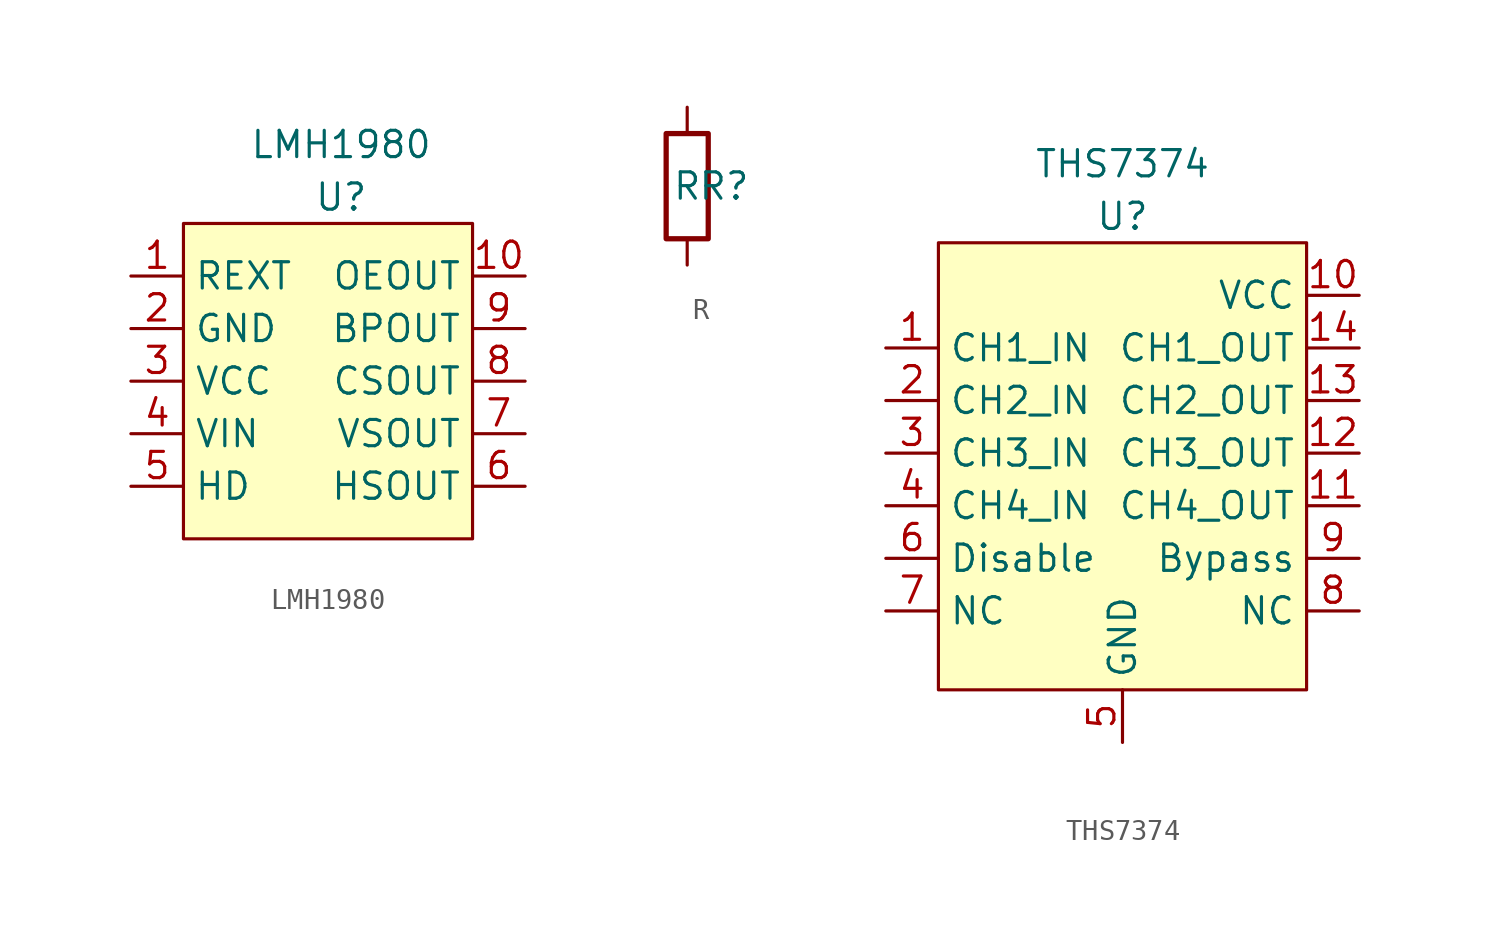
<source format=kicad_sym>
(kicad_symbol_lib
  (version 20211014)
  (generator kicad_symbol_editor)
  (symbol "LMH1980"
    (property "Reference" "U"
      (at 0 8.89 0)
      (effects (font (size 1.27 1.27))))
    (property "Value" "LMH1980"
      (at 0 11.43 0)
      (effects (font (size 1.27 1.27))))
    (symbol "LMH1980_0_1"
      (rectangle (start -7.62 7.62) (end 6.35 -7.62) (stroke (width 0) (type default) (color 0 0 0 0)) (fill (type background))))
    (symbol "LMH1980_1_1"
      (pin input line (at -10.16 5.08 0) (length 2.54) (name "REXT" (effects (font (size 1.27 1.27)))) (number "1" (effects (font (size 1.27 1.27)))))
      (pin input line (at 8.89 5.08 180) (length 2.54) (name "OEOUT" (effects (font (size 1.27 1.27)))) (number "10" (effects (font (size 1.27 1.27)))))
      (pin input line (at -10.16 2.54 0) (length 2.54) (name "GND" (effects (font (size 1.27 1.27)))) (number "2" (effects (font (size 1.27 1.27)))))
      (pin input line (at -10.16 0 0) (length 2.54) (name "VCC" (effects (font (size 1.27 1.27)))) (number "3" (effects (font (size 1.27 1.27)))))
      (pin input line (at -10.16 -2.54 0) (length 2.54) (name "VIN" (effects (font (size 1.27 1.27)))) (number "4" (effects (font (size 1.27 1.27)))))
      (pin input line (at -10.16 -5.08 0) (length 2.54) (name "HD" (effects (font (size 1.27 1.27)))) (number "5" (effects (font (size 1.27 1.27)))))
      (pin input line (at 8.89 -5.08 180) (length 2.54) (name "HSOUT" (effects (font (size 1.27 1.27)))) (number "6" (effects (font (size 1.27 1.27)))))
      (pin input line (at 8.89 -2.54 180) (length 2.54) (name "VSOUT" (effects (font (size 1.27 1.27)))) (number "7" (effects (font (size 1.27 1.27)))))
      (pin input line (at 8.89 0 180) (length 2.54) (name "CSOUT" (effects (font (size 1.27 1.27)))) (number "8" (effects (font (size 1.27 1.27)))))
      (pin input line (at 8.89 2.54 180) (length 2.54) (name "BPOUT" (effects (font (size 1.27 1.27)))) (number "9" (effects (font (size 1.27 1.27)))))))
  (symbol "R"
    (pin_numbers hide)
    (property "Reference" "R"
      (at 1.778 0 0)
      (effects (font (size 1.27 1.27))))
    (property "Value" "R"
      (at 0 0 0)
      (effects (font (size 1.27 1.27))))
    (symbol "R_0_1"
      (rectangle (start -1.016 -2.54) (end 1.016 2.54) (stroke (width 0.254) (type default) (color 0 0 0 0)) (fill (type none))))
    (symbol "R_1_1"
      (pin passive line (at 0 3.81 270) (length 1.27) (name "~" (effects (font (size 1.27 1.27)))) (number "1" (effects (font (size 1.27 1.27)))))
      (pin passive line (at 0 -3.81 90) (length 1.27) (name "" (effects (font (size 1.27 1.27)))) (number "2" (effects (font (size 1.27 1.27)))))))
  (symbol "THS7374"
    (property "Reference" "U"
      (at 0 11.43 0)
      (effects (font (size 1.27 1.27))))
    (property "Value" "THS7374"
      (at 0 13.97 0)
      (effects (font (size 1.27 1.27))))
    (symbol "THS7374_0_1"
      (rectangle (start -8.89 10.16) (end 8.89 -11.43) (stroke (width 0) (type default) (color 0 0 0 0)) (fill (type background))))
    (symbol "THS7374_1_1"
      (pin input line (at -11.43 5.08 0) (length 2.54) (name "CH1_IN" (effects (font (size 1.27 1.27)))) (number "1" (effects (font (size 1.27 1.27)))))
      (pin input line (at 11.43 7.62 180) (length 2.54) (name "VCC" (effects (font (size 1.27 1.27)))) (number "10" (effects (font (size 1.27 1.27)))))
      (pin output line (at 11.43 -2.54 180) (length 2.54) (name "CH4_OUT" (effects (font (size 1.27 1.27)))) (number "11" (effects (font (size 1.27 1.27)))))
      (pin output line (at 11.43 0 180) (length 2.54) (name "CH3_OUT" (effects (font (size 1.27 1.27)))) (number "12" (effects (font (size 1.27 1.27)))))
      (pin output line (at 11.43 2.54 180) (length 2.54) (name "CH2_OUT" (effects (font (size 1.27 1.27)))) (number "13" (effects (font (size 1.27 1.27)))))
      (pin output line (at 11.43 5.08 180) (length 2.54) (name "CH1_OUT" (effects (font (size 1.27 1.27)))) (number "14" (effects (font (size 1.27 1.27)))))
      (pin input line (at -11.43 2.54 0) (length 2.54) (name "CH2_IN" (effects (font (size 1.27 1.27)))) (number "2" (effects (font (size 1.27 1.27)))))
      (pin input line (at -11.43 0 0) (length 2.54) (name "CH3_IN" (effects (font (size 1.27 1.27)))) (number "3" (effects (font (size 1.27 1.27)))))
      (pin input line (at -11.43 -2.54 0) (length 2.54) (name "CH4_IN" (effects (font (size 1.27 1.27)))) (number "4" (effects (font (size 1.27 1.27)))))
      (pin input line (at 0 -13.97 90) (length 2.54) (name "GND" (effects (font (size 1.27 1.27)))) (number "5" (effects (font (size 1.27 1.27)))))
      (pin input line (at -11.43 -5.08 0) (length 2.54) (name "Disable" (effects (font (size 1.27 1.27)))) (number "6" (effects (font (size 1.27 1.27)))))
      (pin input line (at -11.43 -7.62 0) (length 2.54) (name "NC" (effects (font (size 1.27 1.27)))) (number "7" (effects (font (size 1.27 1.27)))))
      (pin input line (at 11.43 -7.62 180) (length 2.54) (name "NC" (effects (font (size 1.27 1.27)))) (number "8" (effects (font (size 1.27 1.27)))))
      (pin input line (at 11.43 -5.08 180) (length 2.54) (name "Bypass" (effects (font (size 1.27 1.27)))) (number "9" (effects (font (size 1.27 1.27))))))))
</source>
